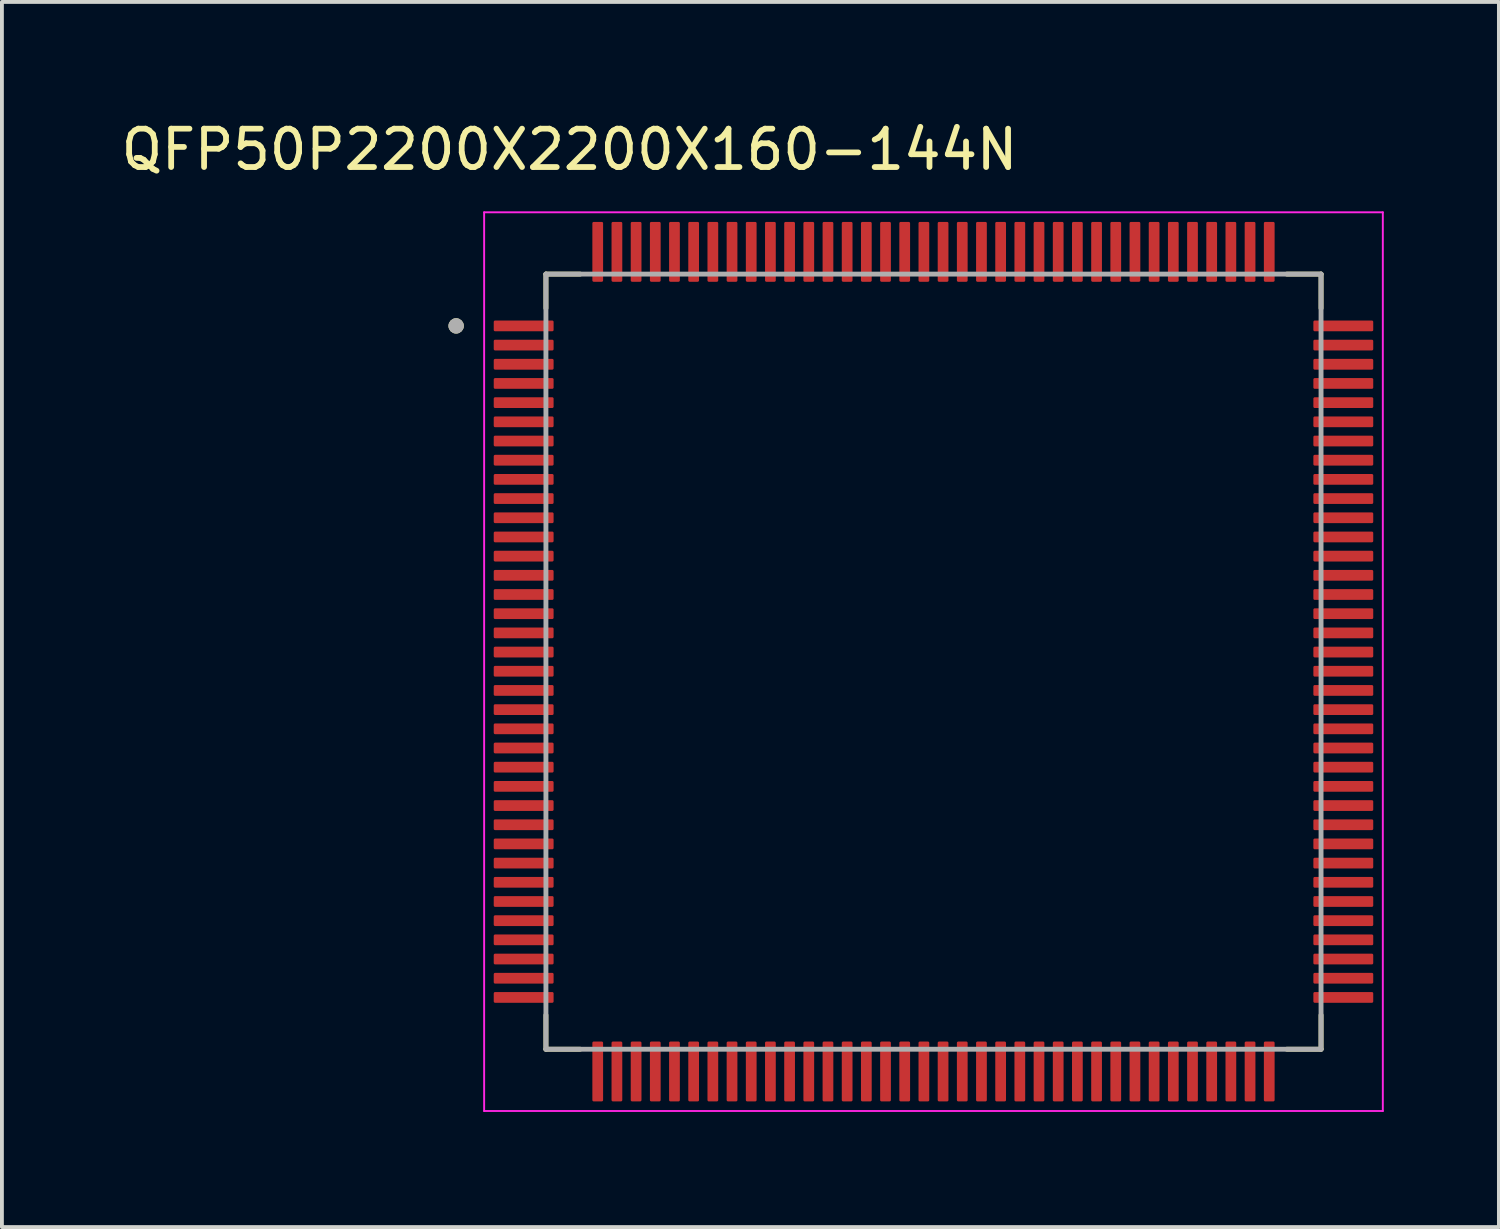
<source format=kicad_pcb>
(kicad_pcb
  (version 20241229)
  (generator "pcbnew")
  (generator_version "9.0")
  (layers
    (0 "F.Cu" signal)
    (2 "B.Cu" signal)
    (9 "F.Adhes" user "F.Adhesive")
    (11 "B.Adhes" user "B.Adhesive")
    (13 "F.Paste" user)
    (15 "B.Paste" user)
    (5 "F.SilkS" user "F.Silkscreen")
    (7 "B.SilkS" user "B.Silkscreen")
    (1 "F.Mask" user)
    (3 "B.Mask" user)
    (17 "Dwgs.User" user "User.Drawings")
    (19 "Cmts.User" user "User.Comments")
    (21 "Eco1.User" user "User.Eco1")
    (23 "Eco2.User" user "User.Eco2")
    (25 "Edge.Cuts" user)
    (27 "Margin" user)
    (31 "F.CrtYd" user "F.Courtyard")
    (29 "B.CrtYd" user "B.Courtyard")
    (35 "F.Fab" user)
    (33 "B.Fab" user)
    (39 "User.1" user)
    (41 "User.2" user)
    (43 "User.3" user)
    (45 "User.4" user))
  (footprint "QFP50P2200X2200X160-144N"
    (layer "F.Cu")
    (at 21.277 14.193)
    (property "Reference" "QFP50P2200X2200X160-144N" (at -9.485 -13.345 0) (layer "F.SilkS") (effects (font (size 1 1) (thickness 0.15))))
    (attr smd)
    (fp_line (start -10.1 -10.1) (end -10.1 -9.21) (stroke (width 0.127) (type solid)) (layer "F.SilkS"))
    (fp_line (start -10.1 -10.1) (end -9.21 -10.1) (stroke (width 0.127) (type solid)) (layer "F.SilkS"))
    (fp_line (start -10.1 10.1) (end -10.1 9.21) (stroke (width 0.127) (type solid)) (layer "F.SilkS"))
    (fp_line (start -10.1 10.1) (end -9.21 10.1) (stroke (width 0.127) (type solid)) (layer "F.SilkS"))
    (fp_line (start 10.1 -10.1) (end 9.21 -10.1) (stroke (width 0.127) (type solid)) (layer "F.SilkS"))
    (fp_line (start 10.1 -10.1) (end 10.1 -9.21) (stroke (width 0.127) (type solid)) (layer "F.SilkS"))
    (fp_line (start 10.1 10.1) (end 9.21 10.1) (stroke (width 0.127) (type solid)) (layer "F.SilkS"))
    (fp_line (start 10.1 10.1) (end 10.1 9.21) (stroke (width 0.127) (type solid)) (layer "F.SilkS"))
    (fp_circle (center -12.44 -8.75) (end -12.34 -8.75) (stroke (width 0.2) (type solid)) (fill no) (layer "F.SilkS"))
    (fp_line (start -11.71 -11.71) (end 11.71 -11.71) (stroke (width 0.05) (type solid)) (layer "F.CrtYd"))
    (fp_line (start -11.71 11.71) (end -11.71 -11.71) (stroke (width 0.05) (type solid)) (layer "F.CrtYd"))
    (fp_line (start -11.71 11.71) (end 11.71 11.71) (stroke (width 0.05) (type solid)) (layer "F.CrtYd"))
    (fp_line (start 11.71 11.71) (end 11.71 -11.71) (stroke (width 0.05) (type solid)) (layer "F.CrtYd"))
    (fp_line (start -10.1 10.1) (end -10.1 -10.1) (stroke (width 0.127) (type solid)) (layer "F.Fab"))
    (fp_line (start 10.1 -10.1) (end -10.1 -10.1) (stroke (width 0.127) (type solid)) (layer "F.Fab"))
    (fp_line (start 10.1 10.1) (end -10.1 10.1) (stroke (width 0.127) (type solid)) (layer "F.Fab"))
    (fp_line (start 10.1 10.1) (end 10.1 -10.1) (stroke (width 0.127) (type solid)) (layer "F.Fab"))
    (fp_circle (center -12.44 -8.75) (end -12.34 -8.75) (stroke (width 0.2) (type solid)) (fill no) (layer "F.Fab"))
    (pad "1" smd roundrect (at -10.68 -8.75) (size 1.56 0.28) (layers "F.Cu" "F.Mask" "F.Paste") (roundrect_rratio 0.125))
    (pad "2" smd roundrect (at -10.68 -8.25) (size 1.56 0.28) (layers "F.Cu" "F.Mask" "F.Paste") (roundrect_rratio 0.125))
    (pad "3" smd roundrect (at -10.68 -7.75) (size 1.56 0.28) (layers "F.Cu" "F.Mask" "F.Paste") (roundrect_rratio 0.125))
    (pad "4" smd roundrect (at -10.68 -7.25) (size 1.56 0.28) (layers "F.Cu" "F.Mask" "F.Paste") (roundrect_rratio 0.125))
    (pad "5" smd roundrect (at -10.68 -6.75) (size 1.56 0.28) (layers "F.Cu" "F.Mask" "F.Paste") (roundrect_rratio 0.125))
    (pad "6" smd roundrect (at -10.68 -6.25) (size 1.56 0.28) (layers "F.Cu" "F.Mask" "F.Paste") (roundrect_rratio 0.125))
    (pad "7" smd roundrect (at -10.68 -5.75) (size 1.56 0.28) (layers "F.Cu" "F.Mask" "F.Paste") (roundrect_rratio 0.125))
    (pad "8" smd roundrect (at -10.68 -5.25) (size 1.56 0.28) (layers "F.Cu" "F.Mask" "F.Paste") (roundrect_rratio 0.125))
    (pad "9" smd roundrect (at -10.68 -4.75) (size 1.56 0.28) (layers "F.Cu" "F.Mask" "F.Paste") (roundrect_rratio 0.125))
    (pad "10" smd roundrect (at -10.68 -4.25) (size 1.56 0.28) (layers "F.Cu" "F.Mask" "F.Paste") (roundrect_rratio 0.125))
    (pad "11" smd roundrect (at -10.68 -3.75) (size 1.56 0.28) (layers "F.Cu" "F.Mask" "F.Paste") (roundrect_rratio 0.125))
    (pad "12" smd roundrect (at -10.68 -3.25) (size 1.56 0.28) (layers "F.Cu" "F.Mask" "F.Paste") (roundrect_rratio 0.125))
    (pad "13" smd roundrect (at -10.68 -2.75) (size 1.56 0.28) (layers "F.Cu" "F.Mask" "F.Paste") (roundrect_rratio 0.125))
    (pad "14" smd roundrect (at -10.68 -2.25) (size 1.56 0.28) (layers "F.Cu" "F.Mask" "F.Paste") (roundrect_rratio 0.125))
    (pad "15" smd roundrect (at -10.68 -1.75) (size 1.56 0.28) (layers "F.Cu" "F.Mask" "F.Paste") (roundrect_rratio 0.125))
    (pad "16" smd roundrect (at -10.68 -1.25) (size 1.56 0.28) (layers "F.Cu" "F.Mask" "F.Paste") (roundrect_rratio 0.125))
    (pad "17" smd roundrect (at -10.68 -0.75) (size 1.56 0.28) (layers "F.Cu" "F.Mask" "F.Paste") (roundrect_rratio 0.125))
    (pad "18" smd roundrect (at -10.68 -0.25) (size 1.56 0.28) (layers "F.Cu" "F.Mask" "F.Paste") (roundrect_rratio 0.125))
    (pad "19" smd roundrect (at -10.68 0.25) (size 1.56 0.28) (layers "F.Cu" "F.Mask" "F.Paste") (roundrect_rratio 0.125))
    (pad "20" smd roundrect (at -10.68 0.75) (size 1.56 0.28) (layers "F.Cu" "F.Mask" "F.Paste") (roundrect_rratio 0.125))
    (pad "21" smd roundrect (at -10.68 1.25) (size 1.56 0.28) (layers "F.Cu" "F.Mask" "F.Paste") (roundrect_rratio 0.125))
    (pad "22" smd roundrect (at -10.68 1.75) (size 1.56 0.28) (layers "F.Cu" "F.Mask" "F.Paste") (roundrect_rratio 0.125))
    (pad "23" smd roundrect (at -10.68 2.25) (size 1.56 0.28) (layers "F.Cu" "F.Mask" "F.Paste") (roundrect_rratio 0.125))
    (pad "24" smd roundrect (at -10.68 2.75) (size 1.56 0.28) (layers "F.Cu" "F.Mask" "F.Paste") (roundrect_rratio 0.125))
    (pad "25" smd roundrect (at -10.68 3.25) (size 1.56 0.28) (layers "F.Cu" "F.Mask" "F.Paste") (roundrect_rratio 0.125))
    (pad "26" smd roundrect (at -10.68 3.75) (size 1.56 0.28) (layers "F.Cu" "F.Mask" "F.Paste") (roundrect_rratio 0.125))
    (pad "27" smd roundrect (at -10.68 4.25) (size 1.56 0.28) (layers "F.Cu" "F.Mask" "F.Paste") (roundrect_rratio 0.125))
    (pad "28" smd roundrect (at -10.68 4.75) (size 1.56 0.28) (layers "F.Cu" "F.Mask" "F.Paste") (roundrect_rratio 0.125))
    (pad "29" smd roundrect (at -10.68 5.25) (size 1.56 0.28) (layers "F.Cu" "F.Mask" "F.Paste") (roundrect_rratio 0.125))
    (pad "30" smd roundrect (at -10.68 5.75) (size 1.56 0.28) (layers "F.Cu" "F.Mask" "F.Paste") (roundrect_rratio 0.125))
    (pad "31" smd roundrect (at -10.68 6.25) (size 1.56 0.28) (layers "F.Cu" "F.Mask" "F.Paste") (roundrect_rratio 0.125))
    (pad "32" smd roundrect (at -10.68 6.75) (size 1.56 0.28) (layers "F.Cu" "F.Mask" "F.Paste") (roundrect_rratio 0.125))
    (pad "33" smd roundrect (at -10.68 7.25) (size 1.56 0.28) (layers "F.Cu" "F.Mask" "F.Paste") (roundrect_rratio 0.125))
    (pad "34" smd roundrect (at -10.68 7.75) (size 1.56 0.28) (layers "F.Cu" "F.Mask" "F.Paste") (roundrect_rratio 0.125))
    (pad "35" smd roundrect (at -10.68 8.25) (size 1.56 0.28) (layers "F.Cu" "F.Mask" "F.Paste") (roundrect_rratio 0.125))
    (pad "36" smd roundrect (at -10.68 8.75) (size 1.56 0.28) (layers "F.Cu" "F.Mask" "F.Paste") (roundrect_rratio 0.125))
    (pad "37" smd roundrect (at -8.75 10.68) (size 0.28 1.56) (layers "F.Cu" "F.Mask" "F.Paste") (roundrect_rratio 0.125))
    (pad "38" smd roundrect (at -8.25 10.68) (size 0.28 1.56) (layers "F.Cu" "F.Mask" "F.Paste") (roundrect_rratio 0.125))
    (pad "39" smd roundrect (at -7.75 10.68) (size 0.28 1.56) (layers "F.Cu" "F.Mask" "F.Paste") (roundrect_rratio 0.125))
    (pad "40" smd roundrect (at -7.25 10.68) (size 0.28 1.56) (layers "F.Cu" "F.Mask" "F.Paste") (roundrect_rratio 0.125))
    (pad "41" smd roundrect (at -6.75 10.68) (size 0.28 1.56) (layers "F.Cu" "F.Mask" "F.Paste") (roundrect_rratio 0.125))
    (pad "42" smd roundrect (at -6.25 10.68) (size 0.28 1.56) (layers "F.Cu" "F.Mask" "F.Paste") (roundrect_rratio 0.125))
    (pad "43" smd roundrect (at -5.75 10.68) (size 0.28 1.56) (layers "F.Cu" "F.Mask" "F.Paste") (roundrect_rratio 0.125))
    (pad "44" smd roundrect (at -5.25 10.68) (size 0.28 1.56) (layers "F.Cu" "F.Mask" "F.Paste") (roundrect_rratio 0.125))
    (pad "45" smd roundrect (at -4.75 10.68) (size 0.28 1.56) (layers "F.Cu" "F.Mask" "F.Paste") (roundrect_rratio 0.125))
    (pad "46" smd roundrect (at -4.25 10.68) (size 0.28 1.56) (layers "F.Cu" "F.Mask" "F.Paste") (roundrect_rratio 0.125))
    (pad "47" smd roundrect (at -3.75 10.68) (size 0.28 1.56) (layers "F.Cu" "F.Mask" "F.Paste") (roundrect_rratio 0.125))
    (pad "48" smd roundrect (at -3.25 10.68) (size 0.28 1.56) (layers "F.Cu" "F.Mask" "F.Paste") (roundrect_rratio 0.125))
    (pad "49" smd roundrect (at -2.75 10.68) (size 0.28 1.56) (layers "F.Cu" "F.Mask" "F.Paste") (roundrect_rratio 0.125))
    (pad "50" smd roundrect (at -2.25 10.68) (size 0.28 1.56) (layers "F.Cu" "F.Mask" "F.Paste") (roundrect_rratio 0.125))
    (pad "51" smd roundrect (at -1.75 10.68) (size 0.28 1.56) (layers "F.Cu" "F.Mask" "F.Paste") (roundrect_rratio 0.125))
    (pad "52" smd roundrect (at -1.25 10.68) (size 0.28 1.56) (layers "F.Cu" "F.Mask" "F.Paste") (roundrect_rratio 0.125))
    (pad "53" smd roundrect (at -0.75 10.68) (size 0.28 1.56) (layers "F.Cu" "F.Mask" "F.Paste") (roundrect_rratio 0.125))
    (pad "54" smd roundrect (at -0.25 10.68) (size 0.28 1.56) (layers "F.Cu" "F.Mask" "F.Paste") (roundrect_rratio 0.125))
    (pad "55" smd roundrect (at 0.25 10.68) (size 0.28 1.56) (layers "F.Cu" "F.Mask" "F.Paste") (roundrect_rratio 0.125))
    (pad "56" smd roundrect (at 0.75 10.68) (size 0.28 1.56) (layers "F.Cu" "F.Mask" "F.Paste") (roundrect_rratio 0.125))
    (pad "57" smd roundrect (at 1.25 10.68) (size 0.28 1.56) (layers "F.Cu" "F.Mask" "F.Paste") (roundrect_rratio 0.125))
    (pad "58" smd roundrect (at 1.75 10.68) (size 0.28 1.56) (layers "F.Cu" "F.Mask" "F.Paste") (roundrect_rratio 0.125))
    (pad "59" smd roundrect (at 2.25 10.68) (size 0.28 1.56) (layers "F.Cu" "F.Mask" "F.Paste") (roundrect_rratio 0.125))
    (pad "60" smd roundrect (at 2.75 10.68) (size 0.28 1.56) (layers "F.Cu" "F.Mask" "F.Paste") (roundrect_rratio 0.125))
    (pad "61" smd roundrect (at 3.25 10.68) (size 0.28 1.56) (layers "F.Cu" "F.Mask" "F.Paste") (roundrect_rratio 0.125))
    (pad "62" smd roundrect (at 3.75 10.68) (size 0.28 1.56) (layers "F.Cu" "F.Mask" "F.Paste") (roundrect_rratio 0.125))
    (pad "63" smd roundrect (at 4.25 10.68) (size 0.28 1.56) (layers "F.Cu" "F.Mask" "F.Paste") (roundrect_rratio 0.125))
    (pad "64" smd roundrect (at 4.75 10.68) (size 0.28 1.56) (layers "F.Cu" "F.Mask" "F.Paste") (roundrect_rratio 0.125))
    (pad "65" smd roundrect (at 5.25 10.68) (size 0.28 1.56) (layers "F.Cu" "F.Mask" "F.Paste") (roundrect_rratio 0.125))
    (pad "66" smd roundrect (at 5.75 10.68) (size 0.28 1.56) (layers "F.Cu" "F.Mask" "F.Paste") (roundrect_rratio 0.125))
    (pad "67" smd roundrect (at 6.25 10.68) (size 0.28 1.56) (layers "F.Cu" "F.Mask" "F.Paste") (roundrect_rratio 0.125))
    (pad "68" smd roundrect (at 6.75 10.68) (size 0.28 1.56) (layers "F.Cu" "F.Mask" "F.Paste") (roundrect_rratio 0.125))
    (pad "69" smd roundrect (at 7.25 10.68) (size 0.28 1.56) (layers "F.Cu" "F.Mask" "F.Paste") (roundrect_rratio 0.125))
    (pad "70" smd roundrect (at 7.75 10.68) (size 0.28 1.56) (layers "F.Cu" "F.Mask" "F.Paste") (roundrect_rratio 0.125))
    (pad "71" smd roundrect (at 8.25 10.68) (size 0.28 1.56) (layers "F.Cu" "F.Mask" "F.Paste") (roundrect_rratio 0.125))
    (pad "72" smd roundrect (at 8.75 10.68) (size 0.28 1.56) (layers "F.Cu" "F.Mask" "F.Paste") (roundrect_rratio 0.125))
    (pad "73" smd roundrect (at 10.68 8.75) (size 1.56 0.28) (layers "F.Cu" "F.Mask" "F.Paste") (roundrect_rratio 0.125))
    (pad "74" smd roundrect (at 10.68 8.25) (size 1.56 0.28) (layers "F.Cu" "F.Mask" "F.Paste") (roundrect_rratio 0.125))
    (pad "75" smd roundrect (at 10.68 7.75) (size 1.56 0.28) (layers "F.Cu" "F.Mask" "F.Paste") (roundrect_rratio 0.125))
    (pad "76" smd roundrect (at 10.68 7.25) (size 1.56 0.28) (layers "F.Cu" "F.Mask" "F.Paste") (roundrect_rratio 0.125))
    (pad "77" smd roundrect (at 10.68 6.75) (size 1.56 0.28) (layers "F.Cu" "F.Mask" "F.Paste") (roundrect_rratio 0.125))
    (pad "78" smd roundrect (at 10.68 6.25) (size 1.56 0.28) (layers "F.Cu" "F.Mask" "F.Paste") (roundrect_rratio 0.125))
    (pad "79" smd roundrect (at 10.68 5.75) (size 1.56 0.28) (layers "F.Cu" "F.Mask" "F.Paste") (roundrect_rratio 0.125))
    (pad "80" smd roundrect (at 10.68 5.25) (size 1.56 0.28) (layers "F.Cu" "F.Mask" "F.Paste") (roundrect_rratio 0.125))
    (pad "81" smd roundrect (at 10.68 4.75) (size 1.56 0.28) (layers "F.Cu" "F.Mask" "F.Paste") (roundrect_rratio 0.125))
    (pad "82" smd roundrect (at 10.68 4.25) (size 1.56 0.28) (layers "F.Cu" "F.Mask" "F.Paste") (roundrect_rratio 0.125))
    (pad "83" smd roundrect (at 10.68 3.75) (size 1.56 0.28) (layers "F.Cu" "F.Mask" "F.Paste") (roundrect_rratio 0.125))
    (pad "84" smd roundrect (at 10.68 3.25) (size 1.56 0.28) (layers "F.Cu" "F.Mask" "F.Paste") (roundrect_rratio 0.125))
    (pad "85" smd roundrect (at 10.68 2.75) (size 1.56 0.28) (layers "F.Cu" "F.Mask" "F.Paste") (roundrect_rratio 0.125))
    (pad "86" smd roundrect (at 10.68 2.25) (size 1.56 0.28) (layers "F.Cu" "F.Mask" "F.Paste") (roundrect_rratio 0.125))
    (pad "87" smd roundrect (at 10.68 1.75) (size 1.56 0.28) (layers "F.Cu" "F.Mask" "F.Paste") (roundrect_rratio 0.125))
    (pad "88" smd roundrect (at 10.68 1.25) (size 1.56 0.28) (layers "F.Cu" "F.Mask" "F.Paste") (roundrect_rratio 0.125))
    (pad "89" smd roundrect (at 10.68 0.75) (size 1.56 0.28) (layers "F.Cu" "F.Mask" "F.Paste") (roundrect_rratio 0.125))
    (pad "90" smd roundrect (at 10.68 0.25) (size 1.56 0.28) (layers "F.Cu" "F.Mask" "F.Paste") (roundrect_rratio 0.125))
    (pad "91" smd roundrect (at 10.68 -0.25) (size 1.56 0.28) (layers "F.Cu" "F.Mask" "F.Paste") (roundrect_rratio 0.125))
    (pad "92" smd roundrect (at 10.68 -0.75) (size 1.56 0.28) (layers "F.Cu" "F.Mask" "F.Paste") (roundrect_rratio 0.125))
    (pad "93" smd roundrect (at 10.68 -1.25) (size 1.56 0.28) (layers "F.Cu" "F.Mask" "F.Paste") (roundrect_rratio 0.125))
    (pad "94" smd roundrect (at 10.68 -1.75) (size 1.56 0.28) (layers "F.Cu" "F.Mask" "F.Paste") (roundrect_rratio 0.125))
    (pad "95" smd roundrect (at 10.68 -2.25) (size 1.56 0.28) (layers "F.Cu" "F.Mask" "F.Paste") (roundrect_rratio 0.125))
    (pad "96" smd roundrect (at 10.68 -2.75) (size 1.56 0.28) (layers "F.Cu" "F.Mask" "F.Paste") (roundrect_rratio 0.125))
    (pad "97" smd roundrect (at 10.68 -3.25) (size 1.56 0.28) (layers "F.Cu" "F.Mask" "F.Paste") (roundrect_rratio 0.125))
    (pad "98" smd roundrect (at 10.68 -3.75) (size 1.56 0.28) (layers "F.Cu" "F.Mask" "F.Paste") (roundrect_rratio 0.125))
    (pad "99" smd roundrect (at 10.68 -4.25) (size 1.56 0.28) (layers "F.Cu" "F.Mask" "F.Paste") (roundrect_rratio 0.125))
    (pad "100" smd roundrect (at 10.68 -4.75) (size 1.56 0.28) (layers "F.Cu" "F.Mask" "F.Paste") (roundrect_rratio 0.125))
    (pad "101" smd roundrect (at 10.68 -5.25) (size 1.56 0.28) (layers "F.Cu" "F.Mask" "F.Paste") (roundrect_rratio 0.125))
    (pad "102" smd roundrect (at 10.68 -5.75) (size 1.56 0.28) (layers "F.Cu" "F.Mask" "F.Paste") (roundrect_rratio 0.125))
    (pad "103" smd roundrect (at 10.68 -6.25) (size 1.56 0.28) (layers "F.Cu" "F.Mask" "F.Paste") (roundrect_rratio 0.125))
    (pad "104" smd roundrect (at 10.68 -6.75) (size 1.56 0.28) (layers "F.Cu" "F.Mask" "F.Paste") (roundrect_rratio 0.125))
    (pad "105" smd roundrect (at 10.68 -7.25) (size 1.56 0.28) (layers "F.Cu" "F.Mask" "F.Paste") (roundrect_rratio 0.125))
    (pad "106" smd roundrect (at 10.68 -7.75) (size 1.56 0.28) (layers "F.Cu" "F.Mask" "F.Paste") (roundrect_rratio 0.125))
    (pad "107" smd roundrect (at 10.68 -8.25) (size 1.56 0.28) (layers "F.Cu" "F.Mask" "F.Paste") (roundrect_rratio 0.125))
    (pad "108" smd roundrect (at 10.68 -8.75) (size 1.56 0.28) (layers "F.Cu" "F.Mask" "F.Paste") (roundrect_rratio 0.125))
    (pad "109" smd roundrect (at 8.75 -10.68) (size 0.28 1.56) (layers "F.Cu" "F.Mask" "F.Paste") (roundrect_rratio 0.125))
    (pad "110" smd roundrect (at 8.25 -10.68) (size 0.28 1.56) (layers "F.Cu" "F.Mask" "F.Paste") (roundrect_rratio 0.125))
    (pad "111" smd roundrect (at 7.75 -10.68) (size 0.28 1.56) (layers "F.Cu" "F.Mask" "F.Paste") (roundrect_rratio 0.125))
    (pad "112" smd roundrect (at 7.25 -10.68) (size 0.28 1.56) (layers "F.Cu" "F.Mask" "F.Paste") (roundrect_rratio 0.125))
    (pad "113" smd roundrect (at 6.75 -10.68) (size 0.28 1.56) (layers "F.Cu" "F.Mask" "F.Paste") (roundrect_rratio 0.125))
    (pad "114" smd roundrect (at 6.25 -10.68) (size 0.28 1.56) (layers "F.Cu" "F.Mask" "F.Paste") (roundrect_rratio 0.125))
    (pad "115" smd roundrect (at 5.75 -10.68) (size 0.28 1.56) (layers "F.Cu" "F.Mask" "F.Paste") (roundrect_rratio 0.125))
    (pad "116" smd roundrect (at 5.25 -10.68) (size 0.28 1.56) (layers "F.Cu" "F.Mask" "F.Paste") (roundrect_rratio 0.125))
    (pad "117" smd roundrect (at 4.75 -10.68) (size 0.28 1.56) (layers "F.Cu" "F.Mask" "F.Paste") (roundrect_rratio 0.125))
    (pad "118" smd roundrect (at 4.25 -10.68) (size 0.28 1.56) (layers "F.Cu" "F.Mask" "F.Paste") (roundrect_rratio 0.125))
    (pad "119" smd roundrect (at 3.75 -10.68) (size 0.28 1.56) (layers "F.Cu" "F.Mask" "F.Paste") (roundrect_rratio 0.125))
    (pad "120" smd roundrect (at 3.25 -10.68) (size 0.28 1.56) (layers "F.Cu" "F.Mask" "F.Paste") (roundrect_rratio 0.125))
    (pad "121" smd roundrect (at 2.75 -10.68) (size 0.28 1.56) (layers "F.Cu" "F.Mask" "F.Paste") (roundrect_rratio 0.125))
    (pad "122" smd roundrect (at 2.25 -10.68) (size 0.28 1.56) (layers "F.Cu" "F.Mask" "F.Paste") (roundrect_rratio 0.125))
    (pad "123" smd roundrect (at 1.75 -10.68) (size 0.28 1.56) (layers "F.Cu" "F.Mask" "F.Paste") (roundrect_rratio 0.125))
    (pad "124" smd roundrect (at 1.25 -10.68) (size 0.28 1.56) (layers "F.Cu" "F.Mask" "F.Paste") (roundrect_rratio 0.125))
    (pad "125" smd roundrect (at 0.75 -10.68) (size 0.28 1.56) (layers "F.Cu" "F.Mask" "F.Paste") (roundrect_rratio 0.125))
    (pad "126" smd roundrect (at 0.25 -10.68) (size 0.28 1.56) (layers "F.Cu" "F.Mask" "F.Paste") (roundrect_rratio 0.125))
    (pad "127" smd roundrect (at -0.25 -10.68) (size 0.28 1.56) (layers "F.Cu" "F.Mask" "F.Paste") (roundrect_rratio 0.125))
    (pad "128" smd roundrect (at -0.75 -10.68) (size 0.28 1.56) (layers "F.Cu" "F.Mask" "F.Paste") (roundrect_rratio 0.125))
    (pad "129" smd roundrect (at -1.25 -10.68) (size 0.28 1.56) (layers "F.Cu" "F.Mask" "F.Paste") (roundrect_rratio 0.125))
    (pad "130" smd roundrect (at -1.75 -10.68) (size 0.28 1.56) (layers "F.Cu" "F.Mask" "F.Paste") (roundrect_rratio 0.125))
    (pad "131" smd roundrect (at -2.25 -10.68) (size 0.28 1.56) (layers "F.Cu" "F.Mask" "F.Paste") (roundrect_rratio 0.125))
    (pad "132" smd roundrect (at -2.75 -10.68) (size 0.28 1.56) (layers "F.Cu" "F.Mask" "F.Paste") (roundrect_rratio 0.125))
    (pad "133" smd roundrect (at -3.25 -10.68) (size 0.28 1.56) (layers "F.Cu" "F.Mask" "F.Paste") (roundrect_rratio 0.125))
    (pad "134" smd roundrect (at -3.75 -10.68) (size 0.28 1.56) (layers "F.Cu" "F.Mask" "F.Paste") (roundrect_rratio 0.125))
    (pad "135" smd roundrect (at -4.25 -10.68) (size 0.28 1.56) (layers "F.Cu" "F.Mask" "F.Paste") (roundrect_rratio 0.125))
    (pad "136" smd roundrect (at -4.75 -10.68) (size 0.28 1.56) (layers "F.Cu" "F.Mask" "F.Paste") (roundrect_rratio 0.125))
    (pad "137" smd roundrect (at -5.25 -10.68) (size 0.28 1.56) (layers "F.Cu" "F.Mask" "F.Paste") (roundrect_rratio 0.125))
    (pad "138" smd roundrect (at -5.75 -10.68) (size 0.28 1.56) (layers "F.Cu" "F.Mask" "F.Paste") (roundrect_rratio 0.125))
    (pad "139" smd roundrect (at -6.25 -10.68) (size 0.28 1.56) (layers "F.Cu" "F.Mask" "F.Paste") (roundrect_rratio 0.125))
    (pad "140" smd roundrect (at -6.75 -10.68) (size 0.28 1.56) (layers "F.Cu" "F.Mask" "F.Paste") (roundrect_rratio 0.125))
    (pad "141" smd roundrect (at -7.25 -10.68) (size 0.28 1.56) (layers "F.Cu" "F.Mask" "F.Paste") (roundrect_rratio 0.125))
    (pad "142" smd roundrect (at -7.75 -10.68) (size 0.28 1.56) (layers "F.Cu" "F.Mask" "F.Paste") (roundrect_rratio 0.125))
    (pad "143" smd roundrect (at -8.25 -10.68) (size 0.28 1.56) (layers "F.Cu" "F.Mask" "F.Paste") (roundrect_rratio 0.125))
    (pad "144" smd roundrect (at -8.75 -10.68) (size 0.28 1.56) (layers "F.Cu" "F.Mask" "F.Paste") (roundrect_rratio 0.125)))
  (gr_rect
    (start -3 -3)
    (end 36.012 28.928)
    (stroke (width 0.1) (type default))
    (fill no)
    (layer "Edge.Cuts")))
</source>
